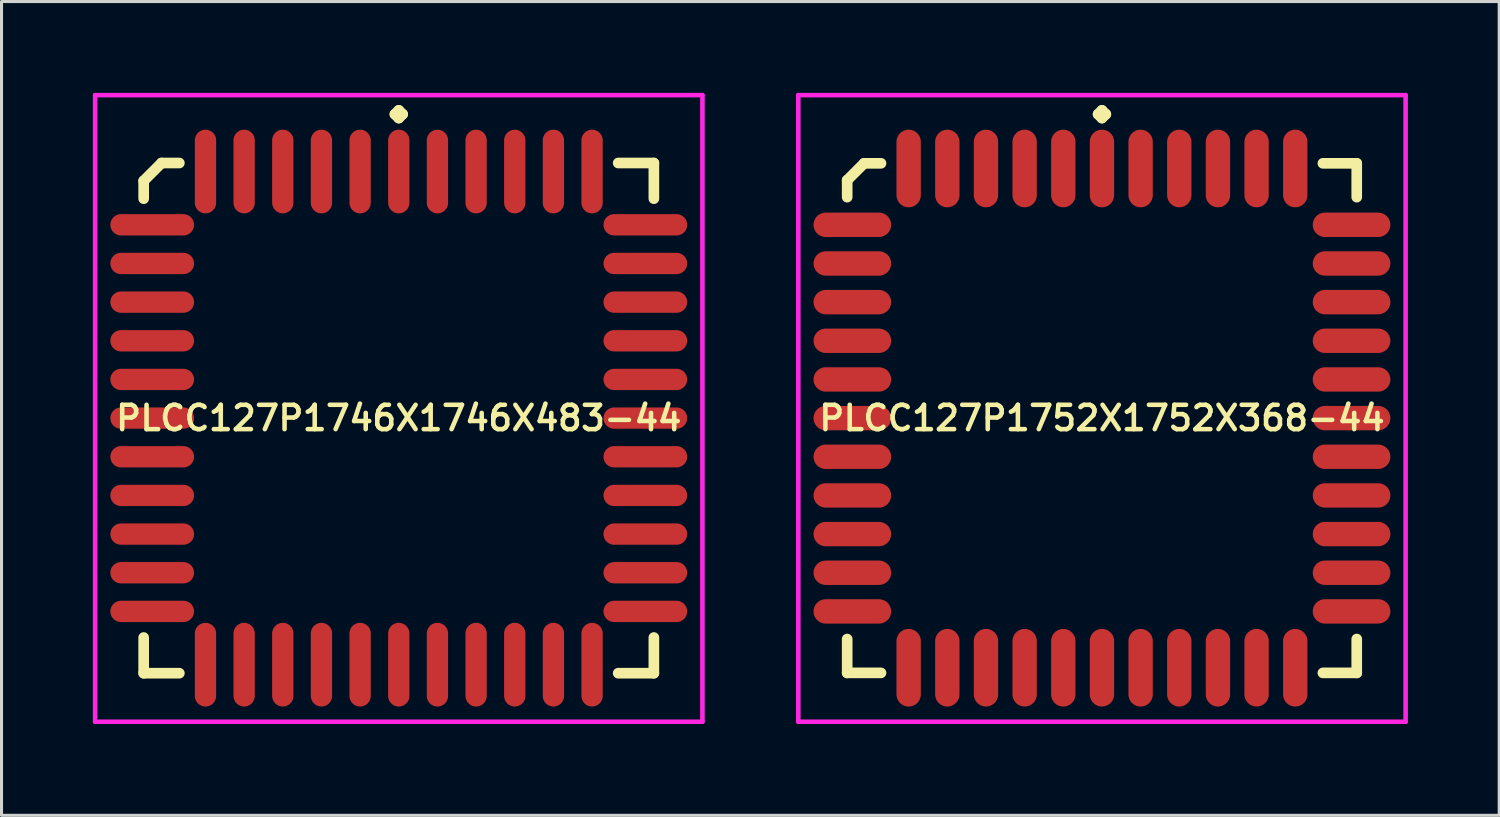
<source format=kicad_pcb>
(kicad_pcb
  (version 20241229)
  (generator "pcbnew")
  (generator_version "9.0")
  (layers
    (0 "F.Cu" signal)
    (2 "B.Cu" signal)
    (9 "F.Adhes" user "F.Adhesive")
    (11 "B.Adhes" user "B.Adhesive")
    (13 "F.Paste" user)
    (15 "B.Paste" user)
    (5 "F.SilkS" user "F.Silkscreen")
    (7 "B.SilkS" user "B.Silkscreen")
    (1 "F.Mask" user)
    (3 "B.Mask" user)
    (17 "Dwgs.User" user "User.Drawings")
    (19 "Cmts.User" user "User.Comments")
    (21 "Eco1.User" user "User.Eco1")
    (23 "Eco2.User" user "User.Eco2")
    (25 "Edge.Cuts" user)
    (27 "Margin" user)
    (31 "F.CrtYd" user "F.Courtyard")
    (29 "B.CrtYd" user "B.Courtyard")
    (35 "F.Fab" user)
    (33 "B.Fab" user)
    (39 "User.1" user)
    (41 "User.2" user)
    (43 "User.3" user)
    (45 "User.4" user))
  (footprint "PLCC127P1746X1746X483-44"
    (layer "F.Cu")
    (at 10.05 10.685)
    (property "Reference" "PLCC127P1746X1746X483-44" (at 0 0 0) (layer "F.SilkS") (effects (font (size 0.8 0.8) (thickness 0.15))))
    (attr smd)
    (fp_line (start -8.38 -7.794) (end -7.794 -8.38) (stroke (width 0.35) (type solid)) (layer "F.SilkS"))
    (fp_line (start -8.38 -7.208) (end -8.38 -7.794) (stroke (width 0.35) (type solid)) (layer "F.SilkS"))
    (fp_line (start -8.38 7.208) (end -8.38 8.38) (stroke (width 0.35) (type solid)) (layer "F.SilkS"))
    (fp_line (start -8.38 8.38) (end -7.208 8.38) (stroke (width 0.35) (type solid)) (layer "F.SilkS"))
    (fp_line (start -7.794 -8.38) (end -7.208 -8.38) (stroke (width 0.35) (type solid)) (layer "F.SilkS"))
    (fp_line (start -0.127 -9.983) (end 0 -10.11) (stroke (width 0.35) (type solid)) (layer "F.SilkS"))
    (fp_line (start 0 -10.11) (end 0.127 -9.983) (stroke (width 0.35) (type solid)) (layer "F.SilkS"))
    (fp_line (start 0 -9.856) (end -0.127 -9.983) (stroke (width 0.35) (type solid)) (layer "F.SilkS"))
    (fp_line (start 0.127 -9.983) (end 0 -9.856) (stroke (width 0.35) (type solid)) (layer "F.SilkS"))
    (fp_line (start 8.38 -8.38) (end 7.208 -8.38) (stroke (width 0.35) (type solid)) (layer "F.SilkS"))
    (fp_line (start 8.38 -7.208) (end 8.38 -8.38) (stroke (width 0.35) (type solid)) (layer "F.SilkS"))
    (fp_line (start 8.38 7.208) (end 8.38 8.38) (stroke (width 0.35) (type solid)) (layer "F.SilkS"))
    (fp_line (start 8.38 8.38) (end 7.208 8.38) (stroke (width 0.35) (type solid)) (layer "F.SilkS"))
    (fp_line (start -9.975 -10.61) (end 9.975 -10.61) (stroke (width 0.15) (type solid)) (layer "F.CrtYd"))
    (fp_line (start -9.975 9.975) (end -9.975 -10.61) (stroke (width 0.15) (type solid)) (layer "F.CrtYd"))
    (fp_line (start 9.975 -10.61) (end 9.975 9.975) (stroke (width 0.15) (type solid)) (layer "F.CrtYd"))
    (fp_line (start 9.975 9.975) (end -9.975 9.975) (stroke (width 0.15) (type solid)) (layer "F.CrtYd"))
    (pad "1" smd oval (at 0 -8.1) (size 0.7 2.75) (layers "F.Cu" "F.Mask" "F.Paste"))
    (pad "2" smd oval (at -1.27 -8.1) (size 0.7 2.75) (layers "F.Cu" "F.Mask" "F.Paste"))
    (pad "3" smd oval (at -2.54 -8.1) (size 0.7 2.75) (layers "F.Cu" "F.Mask" "F.Paste"))
    (pad "4" smd oval (at -3.81 -8.1) (size 0.7 2.75) (layers "F.Cu" "F.Mask" "F.Paste"))
    (pad "5" smd oval (at -5.08 -8.1) (size 0.7 2.75) (layers "F.Cu" "F.Mask" "F.Paste"))
    (pad "6" smd oval (at -6.35 -8.1) (size 0.7 2.75) (layers "F.Cu" "F.Mask" "F.Paste"))
    (pad "7" smd oval (at -8.1 -6.35) (size 2.75 0.7) (layers "F.Cu" "F.Mask" "F.Paste"))
    (pad "8" smd oval (at -8.1 -5.08) (size 2.75 0.7) (layers "F.Cu" "F.Mask" "F.Paste"))
    (pad "9" smd oval (at -8.1 -3.81) (size 2.75 0.7) (layers "F.Cu" "F.Mask" "F.Paste"))
    (pad "10" smd oval (at -8.1 -2.54) (size 2.75 0.7) (layers "F.Cu" "F.Mask" "F.Paste"))
    (pad "11" smd oval (at -8.1 -1.27) (size 2.75 0.7) (layers "F.Cu" "F.Mask" "F.Paste"))
    (pad "12" smd oval (at -8.1 0) (size 2.75 0.7) (layers "F.Cu" "F.Mask" "F.Paste"))
    (pad "13" smd oval (at -8.1 1.27) (size 2.75 0.7) (layers "F.Cu" "F.Mask" "F.Paste"))
    (pad "14" smd oval (at -8.1 2.54) (size 2.75 0.7) (layers "F.Cu" "F.Mask" "F.Paste"))
    (pad "15" smd oval (at -8.1 3.81) (size 2.75 0.7) (layers "F.Cu" "F.Mask" "F.Paste"))
    (pad "16" smd oval (at -8.1 5.08) (size 2.75 0.7) (layers "F.Cu" "F.Mask" "F.Paste"))
    (pad "17" smd oval (at -8.1 6.35) (size 2.75 0.7) (layers "F.Cu" "F.Mask" "F.Paste"))
    (pad "18" smd oval (at -6.35 8.1) (size 0.7 2.75) (layers "F.Cu" "F.Mask" "F.Paste"))
    (pad "19" smd oval (at -5.08 8.1) (size 0.7 2.75) (layers "F.Cu" "F.Mask" "F.Paste"))
    (pad "20" smd oval (at -3.81 8.1) (size 0.7 2.75) (layers "F.Cu" "F.Mask" "F.Paste"))
    (pad "21" smd oval (at -2.54 8.1) (size 0.7 2.75) (layers "F.Cu" "F.Mask" "F.Paste"))
    (pad "22" smd oval (at -1.27 8.1) (size 0.7 2.75) (layers "F.Cu" "F.Mask" "F.Paste"))
    (pad "23" smd oval (at 0 8.1) (size 0.7 2.75) (layers "F.Cu" "F.Mask" "F.Paste"))
    (pad "24" smd oval (at 1.27 8.1) (size 0.7 2.75) (layers "F.Cu" "F.Mask" "F.Paste"))
    (pad "25" smd oval (at 2.54 8.1) (size 0.7 2.75) (layers "F.Cu" "F.Mask" "F.Paste"))
    (pad "26" smd oval (at 3.81 8.1) (size 0.7 2.75) (layers "F.Cu" "F.Mask" "F.Paste"))
    (pad "27" smd oval (at 5.08 8.1) (size 0.7 2.75) (layers "F.Cu" "F.Mask" "F.Paste"))
    (pad "28" smd oval (at 6.35 8.1) (size 0.7 2.75) (layers "F.Cu" "F.Mask" "F.Paste"))
    (pad "29" smd oval (at 8.1 6.35) (size 2.75 0.7) (layers "F.Cu" "F.Mask" "F.Paste"))
    (pad "30" smd oval (at 8.1 5.08) (size 2.75 0.7) (layers "F.Cu" "F.Mask" "F.Paste"))
    (pad "31" smd oval (at 8.1 3.81) (size 2.75 0.7) (layers "F.Cu" "F.Mask" "F.Paste"))
    (pad "32" smd oval (at 8.1 2.54) (size 2.75 0.7) (layers "F.Cu" "F.Mask" "F.Paste"))
    (pad "33" smd oval (at 8.1 1.27) (size 2.75 0.7) (layers "F.Cu" "F.Mask" "F.Paste"))
    (pad "34" smd oval (at 8.1 0) (size 2.75 0.7) (layers "F.Cu" "F.Mask" "F.Paste"))
    (pad "35" smd oval (at 8.1 -1.27) (size 2.75 0.7) (layers "F.Cu" "F.Mask" "F.Paste"))
    (pad "36" smd oval (at 8.1 -2.54) (size 2.75 0.7) (layers "F.Cu" "F.Mask" "F.Paste"))
    (pad "37" smd oval (at 8.1 -3.81) (size 2.75 0.7) (layers "F.Cu" "F.Mask" "F.Paste"))
    (pad "38" smd oval (at 8.1 -5.08) (size 2.75 0.7) (layers "F.Cu" "F.Mask" "F.Paste"))
    (pad "39" smd oval (at 8.1 -6.35) (size 2.75 0.7) (layers "F.Cu" "F.Mask" "F.Paste"))
    (pad "40" smd oval (at 6.35 -8.1) (size 0.7 2.75) (layers "F.Cu" "F.Mask" "F.Paste"))
    (pad "41" smd oval (at 5.08 -8.1) (size 0.7 2.75) (layers "F.Cu" "F.Mask" "F.Paste"))
    (pad "42" smd oval (at 3.81 -8.1) (size 0.7 2.75) (layers "F.Cu" "F.Mask" "F.Paste"))
    (pad "43" smd oval (at 2.54 -8.1) (size 0.7 2.75) (layers "F.Cu" "F.Mask" "F.Paste"))
    (pad "44" smd oval (at 1.27 -8.1) (size 0.7 2.75) (layers "F.Cu" "F.Mask" "F.Paste")))
  (footprint "PLCC127P1752X1752X368-44"
    (layer "F.Cu")
    (at 33.15 10.685)
    (property "Reference" "PLCC127P1752X1752X368-44" (at 0 0 0) (layer "F.SilkS") (effects (font (size 0.8 0.8) (thickness 0.15))))
    (attr smd)
    (fp_line (start -8.37 -7.814) (end -7.814 -8.37) (stroke (width 0.35) (type solid)) (layer "F.SilkS"))
    (fp_line (start -8.37 -7.258) (end -8.37 -7.814) (stroke (width 0.35) (type solid)) (layer "F.SilkS"))
    (fp_line (start -8.37 7.258) (end -8.37 8.37) (stroke (width 0.35) (type solid)) (layer "F.SilkS"))
    (fp_line (start -8.37 8.37) (end -7.258 8.37) (stroke (width 0.35) (type solid)) (layer "F.SilkS"))
    (fp_line (start -7.814 -8.37) (end -7.258 -8.37) (stroke (width 0.35) (type solid)) (layer "F.SilkS"))
    (fp_line (start -0.127 -9.983) (end 0 -10.11) (stroke (width 0.35) (type solid)) (layer "F.SilkS"))
    (fp_line (start 0 -10.11) (end 0.127 -9.983) (stroke (width 0.35) (type solid)) (layer "F.SilkS"))
    (fp_line (start 0 -9.856) (end -0.127 -9.983) (stroke (width 0.35) (type solid)) (layer "F.SilkS"))
    (fp_line (start 0.127 -9.983) (end 0 -9.856) (stroke (width 0.35) (type solid)) (layer "F.SilkS"))
    (fp_line (start 8.37 -8.37) (end 7.258 -8.37) (stroke (width 0.35) (type solid)) (layer "F.SilkS"))
    (fp_line (start 8.37 -7.258) (end 8.37 -8.37) (stroke (width 0.35) (type solid)) (layer "F.SilkS"))
    (fp_line (start 8.37 7.258) (end 8.37 8.37) (stroke (width 0.35) (type solid)) (layer "F.SilkS"))
    (fp_line (start 8.37 8.37) (end 7.258 8.37) (stroke (width 0.35) (type solid)) (layer "F.SilkS"))
    (fp_line (start -9.975 -10.61) (end 9.975 -10.61) (stroke (width 0.15) (type solid)) (layer "F.CrtYd"))
    (fp_line (start -9.975 9.975) (end -9.975 -10.61) (stroke (width 0.15) (type solid)) (layer "F.CrtYd"))
    (fp_line (start 9.975 -10.61) (end 9.975 9.975) (stroke (width 0.15) (type solid)) (layer "F.CrtYd"))
    (fp_line (start 9.975 9.975) (end -9.975 9.975) (stroke (width 0.15) (type solid)) (layer "F.CrtYd"))
    (pad "1" smd oval (at 0 -8.2) (size 0.8 2.55) (layers "F.Cu" "F.Mask" "F.Paste"))
    (pad "2" smd oval (at -1.27 -8.2) (size 0.8 2.55) (layers "F.Cu" "F.Mask" "F.Paste"))
    (pad "3" smd oval (at -2.54 -8.2) (size 0.8 2.55) (layers "F.Cu" "F.Mask" "F.Paste"))
    (pad "4" smd oval (at -3.81 -8.2) (size 0.8 2.55) (layers "F.Cu" "F.Mask" "F.Paste"))
    (pad "5" smd oval (at -5.08 -8.2) (size 0.8 2.55) (layers "F.Cu" "F.Mask" "F.Paste"))
    (pad "6" smd oval (at -6.35 -8.2) (size 0.8 2.55) (layers "F.Cu" "F.Mask" "F.Paste"))
    (pad "7" smd oval (at -8.2 -6.35) (size 2.55 0.8) (layers "F.Cu" "F.Mask" "F.Paste"))
    (pad "8" smd oval (at -8.2 -5.08) (size 2.55 0.8) (layers "F.Cu" "F.Mask" "F.Paste"))
    (pad "9" smd oval (at -8.2 -3.81) (size 2.55 0.8) (layers "F.Cu" "F.Mask" "F.Paste"))
    (pad "10" smd oval (at -8.2 -2.54) (size 2.55 0.8) (layers "F.Cu" "F.Mask" "F.Paste"))
    (pad "11" smd oval (at -8.2 -1.27) (size 2.55 0.8) (layers "F.Cu" "F.Mask" "F.Paste"))
    (pad "12" smd oval (at -8.2 0) (size 2.55 0.8) (layers "F.Cu" "F.Mask" "F.Paste"))
    (pad "13" smd oval (at -8.2 1.27) (size 2.55 0.8) (layers "F.Cu" "F.Mask" "F.Paste"))
    (pad "14" smd oval (at -8.2 2.54) (size 2.55 0.8) (layers "F.Cu" "F.Mask" "F.Paste"))
    (pad "15" smd oval (at -8.2 3.81) (size 2.55 0.8) (layers "F.Cu" "F.Mask" "F.Paste"))
    (pad "16" smd oval (at -8.2 5.08) (size 2.55 0.8) (layers "F.Cu" "F.Mask" "F.Paste"))
    (pad "17" smd oval (at -8.2 6.35) (size 2.55 0.8) (layers "F.Cu" "F.Mask" "F.Paste"))
    (pad "18" smd oval (at -6.35 8.2) (size 0.8 2.55) (layers "F.Cu" "F.Mask" "F.Paste"))
    (pad "19" smd oval (at -5.08 8.2) (size 0.8 2.55) (layers "F.Cu" "F.Mask" "F.Paste"))
    (pad "20" smd oval (at -3.81 8.2) (size 0.8 2.55) (layers "F.Cu" "F.Mask" "F.Paste"))
    (pad "21" smd oval (at -2.54 8.2) (size 0.8 2.55) (layers "F.Cu" "F.Mask" "F.Paste"))
    (pad "22" smd oval (at -1.27 8.2) (size 0.8 2.55) (layers "F.Cu" "F.Mask" "F.Paste"))
    (pad "23" smd oval (at 0 8.2) (size 0.8 2.55) (layers "F.Cu" "F.Mask" "F.Paste"))
    (pad "24" smd oval (at 1.27 8.2) (size 0.8 2.55) (layers "F.Cu" "F.Mask" "F.Paste"))
    (pad "25" smd oval (at 2.54 8.2) (size 0.8 2.55) (layers "F.Cu" "F.Mask" "F.Paste"))
    (pad "26" smd oval (at 3.81 8.2) (size 0.8 2.55) (layers "F.Cu" "F.Mask" "F.Paste"))
    (pad "27" smd oval (at 5.08 8.2) (size 0.8 2.55) (layers "F.Cu" "F.Mask" "F.Paste"))
    (pad "28" smd oval (at 6.35 8.2) (size 0.8 2.55) (layers "F.Cu" "F.Mask" "F.Paste"))
    (pad "29" smd oval (at 8.2 6.35) (size 2.55 0.8) (layers "F.Cu" "F.Mask" "F.Paste"))
    (pad "30" smd oval (at 8.2 5.08) (size 2.55 0.8) (layers "F.Cu" "F.Mask" "F.Paste"))
    (pad "31" smd oval (at 8.2 3.81) (size 2.55 0.8) (layers "F.Cu" "F.Mask" "F.Paste"))
    (pad "32" smd oval (at 8.2 2.54) (size 2.55 0.8) (layers "F.Cu" "F.Mask" "F.Paste"))
    (pad "33" smd oval (at 8.2 1.27) (size 2.55 0.8) (layers "F.Cu" "F.Mask" "F.Paste"))
    (pad "34" smd oval (at 8.2 0) (size 2.55 0.8) (layers "F.Cu" "F.Mask" "F.Paste"))
    (pad "35" smd oval (at 8.2 -1.27) (size 2.55 0.8) (layers "F.Cu" "F.Mask" "F.Paste"))
    (pad "36" smd oval (at 8.2 -2.54) (size 2.55 0.8) (layers "F.Cu" "F.Mask" "F.Paste"))
    (pad "37" smd oval (at 8.2 -3.81) (size 2.55 0.8) (layers "F.Cu" "F.Mask" "F.Paste"))
    (pad "38" smd oval (at 8.2 -5.08) (size 2.55 0.8) (layers "F.Cu" "F.Mask" "F.Paste"))
    (pad "39" smd oval (at 8.2 -6.35) (size 2.55 0.8) (layers "F.Cu" "F.Mask" "F.Paste"))
    (pad "40" smd oval (at 6.35 -8.2) (size 0.8 2.55) (layers "F.Cu" "F.Mask" "F.Paste"))
    (pad "41" smd oval (at 5.08 -8.2) (size 0.8 2.55) (layers "F.Cu" "F.Mask" "F.Paste"))
    (pad "42" smd oval (at 3.81 -8.2) (size 0.8 2.55) (layers "F.Cu" "F.Mask" "F.Paste"))
    (pad "43" smd oval (at 2.54 -8.2) (size 0.8 2.55) (layers "F.Cu" "F.Mask" "F.Paste"))
    (pad "44" smd oval (at 1.27 -8.2) (size 0.8 2.55) (layers "F.Cu" "F.Mask" "F.Paste")))
  (gr_rect
    (start -3 -3)
    (end 46.2 23.735)
    (stroke (width 0.1) (type default))
    (fill no)
    (layer "Edge.Cuts")))
</source>
